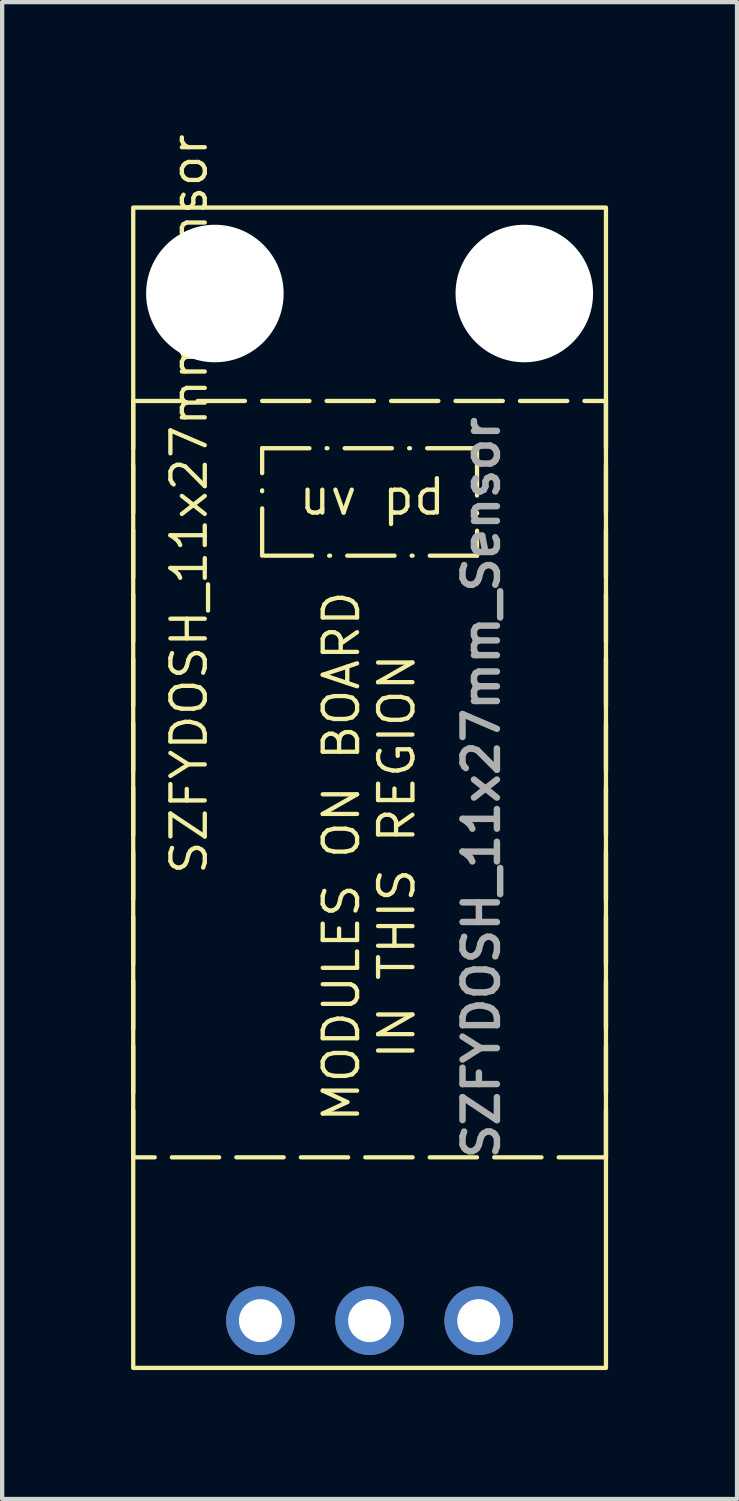
<source format=kicad_pcb>
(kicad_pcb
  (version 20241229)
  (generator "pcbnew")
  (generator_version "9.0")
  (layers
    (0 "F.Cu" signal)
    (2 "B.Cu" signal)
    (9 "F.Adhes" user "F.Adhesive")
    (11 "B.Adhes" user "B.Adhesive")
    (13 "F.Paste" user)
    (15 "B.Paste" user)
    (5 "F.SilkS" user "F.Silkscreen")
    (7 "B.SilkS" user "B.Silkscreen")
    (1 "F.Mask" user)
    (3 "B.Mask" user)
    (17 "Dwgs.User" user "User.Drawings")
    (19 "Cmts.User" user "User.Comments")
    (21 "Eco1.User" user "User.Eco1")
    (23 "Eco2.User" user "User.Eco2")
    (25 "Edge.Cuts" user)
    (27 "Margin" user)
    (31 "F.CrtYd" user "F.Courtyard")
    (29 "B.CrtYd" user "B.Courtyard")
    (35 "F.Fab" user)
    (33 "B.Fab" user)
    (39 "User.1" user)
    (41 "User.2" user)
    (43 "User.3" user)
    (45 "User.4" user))
  (footprint "SZFYDOSH_11x27mm_Sensor"
    (layer "F.Cu")
    (at 5.55 15.28)
    (property "Reference" "SZFYDOSH_11x27mm_Sensor" (at -4.2 -6.6 90) (unlocked yes) (layer "F.SilkS") (effects (font (size 0.8 0.8) (thickness 0.1))))
    (attr smd)
    (fp_rect (start -5.5 -13.5) (end 5.5 13.5) (stroke (width 0.1) (type solid)) (fill no) (layer "F.SilkS"))
    (fp_rect (start -5.5 -9) (end 5.5 8.6) (stroke (width 0.1) (type dash)) (fill no) (layer "F.SilkS"))
    (fp_rect (start -2.5 -7.9) (end 2.5 -5.4) (stroke (width 0.1) (type dash_dot)) (fill no) (layer "F.SilkS"))
    (fp_text user "uv pd" (at -1.7 -6.3 0) (unlocked yes) (layer "F.SilkS") (effects (font (size 0.8 0.8) (thickness 0.1)) (justify left bottom)))
    (fp_text user "MODULES ON BOARD\nIN THIS REGION" (at 1.1 1.6 90) (unlocked yes) (layer "F.SilkS") (effects (font (size 0.8 0.8) (thickness 0.1)) (justify bottom)))
    (fp_text user "${REFERENCE}" (at 2.6 0 90) (unlocked yes) (layer "F.Fab") (effects (font (size 0.8 0.8) (thickness 0.15))))
    (pad "" np_thru_hole circle (at -3.6 -11.5) (size 3.2 3.2) (drill 3.2) (layers "*.Cu" "*.Mask"))
    (pad "" np_thru_hole circle (at 3.6 -11.5) (size 3.2 3.2) (drill 3.2) (layers "*.Cu" "*.Mask"))
    (pad "1" thru_hole circle (at -2.54 12.4) (size 1.6 1.6) (drill 1) (layers "*.Cu" "*.Mask"))
    (pad "2" thru_hole circle (at 0 12.4) (size 1.6 1.6) (drill 1) (layers "*.Cu" "*.Mask"))
    (pad "3" thru_hole circle (at 2.54 12.4) (size 1.6 1.6) (drill 1) (layers "*.Cu" "*.Mask")))
  (gr_rect
    (start -3 -3)
    (end 14.1 31.83)
    (stroke (width 0.1) (type default))
    (fill no)
    (layer "Edge.Cuts")))
</source>
